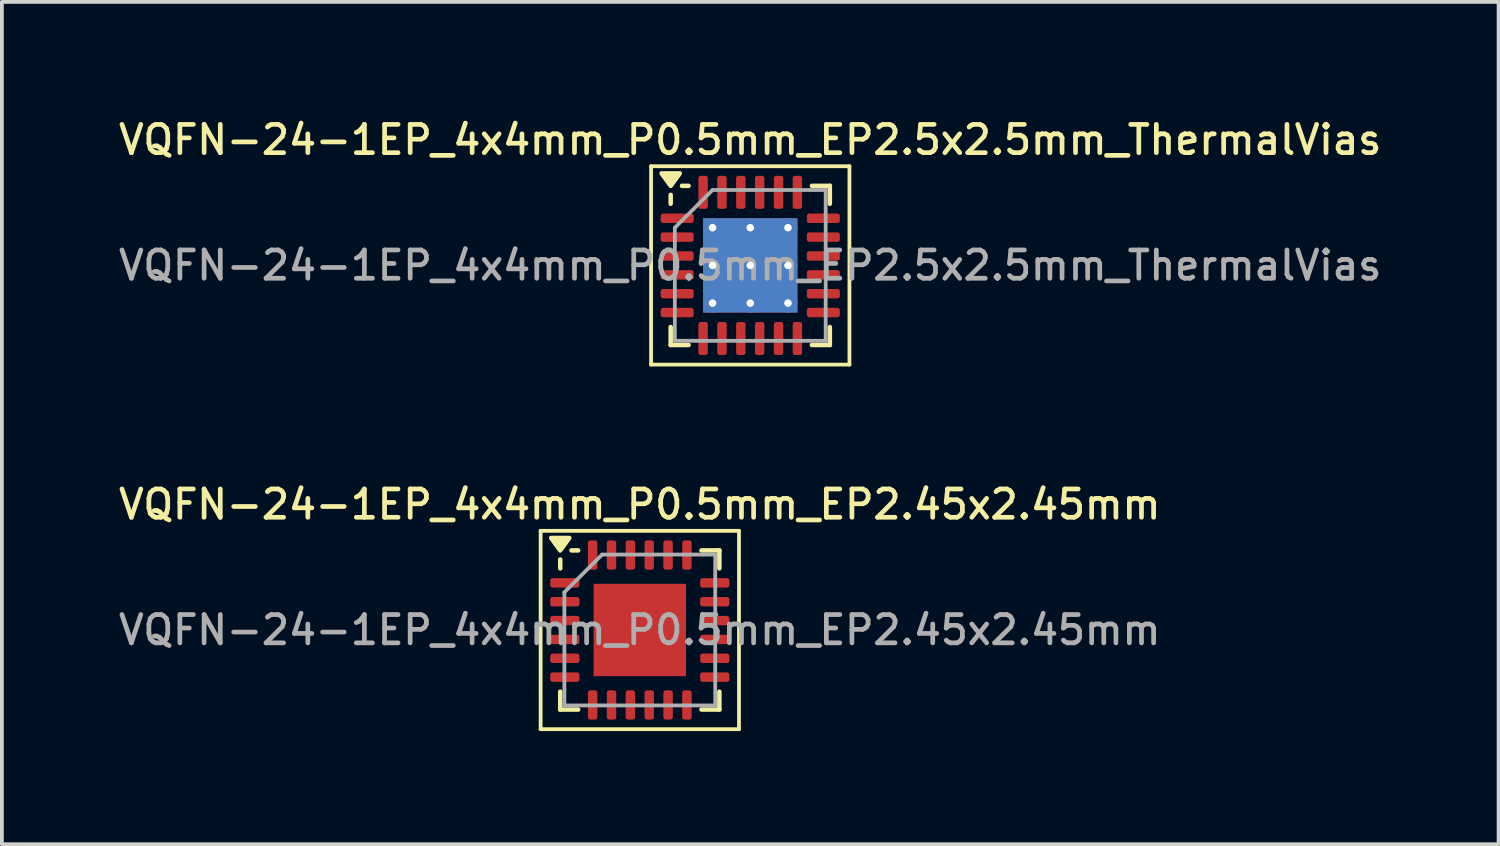
<source format=kicad_pcb>
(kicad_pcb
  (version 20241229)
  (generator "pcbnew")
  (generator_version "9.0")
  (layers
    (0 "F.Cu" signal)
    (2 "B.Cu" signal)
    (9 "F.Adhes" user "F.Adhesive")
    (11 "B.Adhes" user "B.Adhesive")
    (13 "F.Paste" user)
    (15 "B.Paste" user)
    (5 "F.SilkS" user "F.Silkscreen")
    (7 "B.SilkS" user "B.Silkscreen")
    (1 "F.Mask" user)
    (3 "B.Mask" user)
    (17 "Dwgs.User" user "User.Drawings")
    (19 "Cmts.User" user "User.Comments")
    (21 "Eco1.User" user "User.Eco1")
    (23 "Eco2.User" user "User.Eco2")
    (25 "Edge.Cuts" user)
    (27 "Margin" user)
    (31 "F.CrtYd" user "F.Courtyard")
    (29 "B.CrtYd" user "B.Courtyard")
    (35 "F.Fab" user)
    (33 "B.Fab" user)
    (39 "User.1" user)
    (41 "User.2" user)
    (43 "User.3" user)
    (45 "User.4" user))
  (footprint "VQFN-24-1EP_4x4mm_P0.5mm_EP2.5x2.5mm_ThermalVias"
    (layer "F.Cu")
    (at 16.845 3.988)
    (property "Reference" "VQFN-24-1EP_4x4mm_P0.5mm_EP2.5x2.5mm_ThermalVias" (at 0 -3.33 0) (layer "F.SilkS") (effects (font (size 0.75 0.75) (thickness 0.125))))
    (attr smd)
    (fp_line (start -2.63 -2.63) (end -2.63 2.63) (stroke (width 0.1) (type solid)) (layer "F.SilkS"))
    (fp_line (start -2.63 2.63) (end 2.63 2.63) (stroke (width 0.1) (type solid)) (layer "F.SilkS"))
    (fp_line (start -2.11 -1.635) (end -2.11 -1.87) (stroke (width 0.12) (type solid)) (layer "F.SilkS"))
    (fp_line (start -2.11 2.11) (end -2.11 1.635) (stroke (width 0.12) (type solid)) (layer "F.SilkS"))
    (fp_line (start -1.635 -2.11) (end -1.81 -2.11) (stroke (width 0.12) (type solid)) (layer "F.SilkS"))
    (fp_line (start -1.635 2.11) (end -2.11 2.11) (stroke (width 0.12) (type solid)) (layer "F.SilkS"))
    (fp_line (start 1.635 -2.11) (end 2.11 -2.11) (stroke (width 0.12) (type solid)) (layer "F.SilkS"))
    (fp_line (start 1.635 2.11) (end 2.11 2.11) (stroke (width 0.12) (type solid)) (layer "F.SilkS"))
    (fp_line (start 2.11 -2.11) (end 2.11 -1.635) (stroke (width 0.12) (type solid)) (layer "F.SilkS"))
    (fp_line (start 2.11 2.11) (end 2.11 1.635) (stroke (width 0.12) (type solid)) (layer "F.SilkS"))
    (fp_line (start 2.63 -2.63) (end -2.63 -2.63) (stroke (width 0.1) (type solid)) (layer "F.SilkS"))
    (fp_line (start 2.63 2.63) (end 2.63 -2.63) (stroke (width 0.1) (type solid)) (layer "F.SilkS"))
    (fp_poly (pts (xy -2.11 -2.11) (xy -2.35 -2.44) (xy -1.87 -2.44) (xy -2.11 -2.11)) (stroke (width 0.12) (type solid)) (fill yes) (layer "F.SilkS"))
    (fp_line (start -2 -1) (end -1 -2) (stroke (width 0.1) (type solid)) (layer "F.Fab"))
    (fp_line (start -2 2) (end -2 -1) (stroke (width 0.1) (type solid)) (layer "F.Fab"))
    (fp_line (start -1 -2) (end 2 -2) (stroke (width 0.1) (type solid)) (layer "F.Fab"))
    (fp_line (start 2 -2) (end 2 2) (stroke (width 0.1) (type solid)) (layer "F.Fab"))
    (fp_line (start 2 2) (end -2 2) (stroke (width 0.1) (type solid)) (layer "F.Fab"))
    (fp_text user "${REFERENCE}" (at 0 0 0) (layer "F.Fab") (effects (font (size 0.75 0.75) (thickness 0.125))))
    (pad "" smd custom (at -0.5 -0.5) (size 0.779 0.779) (layers "F.Paste") (options (anchor circle)) (primitives (gr_poly (pts (xy -0.315 -0.192) (xy -0.192 -0.315) (xy 0.192 -0.315) (xy 0.315 -0.192) (xy 0.315 0.192) (xy 0.192 0.315) (xy -0.192 0.315) (xy -0.315 0.192)) (width 0.297) (fill yes))))
    (pad "" smd custom (at -0.5 0.5) (size 0.779 0.779) (layers "F.Paste") (options (anchor circle)) (primitives (gr_poly (pts (xy -0.315 -0.192) (xy -0.192 -0.315) (xy 0.192 -0.315) (xy 0.315 -0.192) (xy 0.315 0.192) (xy 0.192 0.315) (xy -0.192 0.315) (xy -0.315 0.192)) (width 0.297) (fill yes))))
    (pad "" smd custom (at 0.5 -0.5) (size 0.779 0.779) (layers "F.Paste") (options (anchor circle)) (primitives (gr_poly (pts (xy -0.315 -0.192) (xy -0.192 -0.315) (xy 0.192 -0.315) (xy 0.315 -0.192) (xy 0.315 0.192) (xy 0.192 0.315) (xy -0.192 0.315) (xy -0.315 0.192)) (width 0.297) (fill yes))))
    (pad "" smd custom (at 0.5 0.5) (size 0.779 0.779) (layers "F.Paste") (options (anchor circle)) (primitives (gr_poly (pts (xy -0.315 -0.192) (xy -0.192 -0.315) (xy 0.192 -0.315) (xy 0.315 -0.192) (xy 0.315 0.192) (xy 0.192 0.315) (xy -0.192 0.315) (xy -0.315 0.192)) (width 0.297) (fill yes))))
    (pad "1" smd roundrect (at -1.938 -1.25) (size 0.875 0.25) (layers "F.Cu" "F.Mask" "F.Paste") (roundrect_rratio 0.25))
    (pad "2" smd roundrect (at -1.938 -0.75) (size 0.875 0.25) (layers "F.Cu" "F.Mask" "F.Paste") (roundrect_rratio 0.25))
    (pad "3" smd roundrect (at -1.938 -0.25) (size 0.875 0.25) (layers "F.Cu" "F.Mask" "F.Paste") (roundrect_rratio 0.25))
    (pad "4" smd roundrect (at -1.938 0.25) (size 0.875 0.25) (layers "F.Cu" "F.Mask" "F.Paste") (roundrect_rratio 0.25))
    (pad "5" smd roundrect (at -1.938 0.75) (size 0.875 0.25) (layers "F.Cu" "F.Mask" "F.Paste") (roundrect_rratio 0.25))
    (pad "6" smd roundrect (at -1.938 1.25) (size 0.875 0.25) (layers "F.Cu" "F.Mask" "F.Paste") (roundrect_rratio 0.25))
    (pad "7" smd roundrect (at -1.25 1.938) (size 0.25 0.875) (layers "F.Cu" "F.Mask" "F.Paste") (roundrect_rratio 0.25))
    (pad "8" smd roundrect (at -0.75 1.938) (size 0.25 0.875) (layers "F.Cu" "F.Mask" "F.Paste") (roundrect_rratio 0.25))
    (pad "9" smd roundrect (at -0.25 1.938) (size 0.25 0.875) (layers "F.Cu" "F.Mask" "F.Paste") (roundrect_rratio 0.25))
    (pad "10" smd roundrect (at 0.25 1.938) (size 0.25 0.875) (layers "F.Cu" "F.Mask" "F.Paste") (roundrect_rratio 0.25))
    (pad "11" smd roundrect (at 0.75 1.938) (size 0.25 0.875) (layers "F.Cu" "F.Mask" "F.Paste") (roundrect_rratio 0.25))
    (pad "12" smd roundrect (at 1.25 1.938) (size 0.25 0.875) (layers "F.Cu" "F.Mask" "F.Paste") (roundrect_rratio 0.25))
    (pad "13" smd roundrect (at 1.938 1.25) (size 0.875 0.25) (layers "F.Cu" "F.Mask" "F.Paste") (roundrect_rratio 0.25))
    (pad "14" smd roundrect (at 1.938 0.75) (size 0.875 0.25) (layers "F.Cu" "F.Mask" "F.Paste") (roundrect_rratio 0.25))
    (pad "15" smd roundrect (at 1.938 0.25) (size 0.875 0.25) (layers "F.Cu" "F.Mask" "F.Paste") (roundrect_rratio 0.25))
    (pad "16" smd roundrect (at 1.938 -0.25) (size 0.875 0.25) (layers "F.Cu" "F.Mask" "F.Paste") (roundrect_rratio 0.25))
    (pad "17" smd roundrect (at 1.938 -0.75) (size 0.875 0.25) (layers "F.Cu" "F.Mask" "F.Paste") (roundrect_rratio 0.25))
    (pad "18" smd roundrect (at 1.938 -1.25) (size 0.875 0.25) (layers "F.Cu" "F.Mask" "F.Paste") (roundrect_rratio 0.25))
    (pad "19" smd roundrect (at 1.25 -1.938) (size 0.25 0.875) (layers "F.Cu" "F.Mask" "F.Paste") (roundrect_rratio 0.25))
    (pad "20" smd roundrect (at 0.75 -1.938) (size 0.25 0.875) (layers "F.Cu" "F.Mask" "F.Paste") (roundrect_rratio 0.25))
    (pad "21" smd roundrect (at 0.25 -1.938) (size 0.25 0.875) (layers "F.Cu" "F.Mask" "F.Paste") (roundrect_rratio 0.25))
    (pad "22" smd roundrect (at -0.25 -1.938) (size 0.25 0.875) (layers "F.Cu" "F.Mask" "F.Paste") (roundrect_rratio 0.25))
    (pad "23" smd roundrect (at -0.75 -1.938) (size 0.25 0.875) (layers "F.Cu" "F.Mask" "F.Paste") (roundrect_rratio 0.25))
    (pad "24" smd roundrect (at -1.25 -1.938) (size 0.25 0.875) (layers "F.Cu" "F.Mask" "F.Paste") (roundrect_rratio 0.25))
    (pad "25" thru_hole circle (at -1 -1) (size 0.5 0.5) (drill 0.2) (property pad_prop_heatsink) (layers "*.Cu"))
    (pad "25" thru_hole circle (at -1 0) (size 0.5 0.5) (drill 0.2) (property pad_prop_heatsink) (layers "*.Cu"))
    (pad "25" thru_hole circle (at -1 1) (size 0.5 0.5) (drill 0.2) (property pad_prop_heatsink) (layers "*.Cu"))
    (pad "25" thru_hole circle (at 0 -1) (size 0.5 0.5) (drill 0.2) (property pad_prop_heatsink) (layers "*.Cu"))
    (pad "25" thru_hole circle (at 0 0) (size 0.5 0.5) (drill 0.2) (property pad_prop_heatsink) (layers "*.Cu"))
    (pad "25" smd rect (at 0 0) (size 2.5 2.5) (property pad_prop_heatsink) (layers "F.Cu" "F.Mask"))
    (pad "25" smd rect (at 0 0) (size 2.5 2.5) (property pad_prop_heatsink) (layers "B.Cu"))
    (pad "25" thru_hole circle (at 0 1) (size 0.5 0.5) (drill 0.2) (property pad_prop_heatsink) (layers "*.Cu"))
    (pad "25" thru_hole circle (at 1 -1) (size 0.5 0.5) (drill 0.2) (property pad_prop_heatsink) (layers "*.Cu"))
    (pad "25" thru_hole circle (at 1 0) (size 0.5 0.5) (drill 0.2) (property pad_prop_heatsink) (layers "*.Cu"))
    (pad "25" thru_hole circle (at 1 1) (size 0.5 0.5) (drill 0.2) (property pad_prop_heatsink) (layers "*.Cu")))
  (footprint "VQFN-24-1EP_4x4mm_P0.5mm_EP2.45x2.45mm"
    (layer "F.Cu")
    (at 13.916 13.656)
    (property "Reference" "VQFN-24-1EP_4x4mm_P0.5mm_EP2.45x2.45mm" (at 0 -3.33 0) (layer "F.SilkS") (effects (font (size 0.75 0.75) (thickness 0.125))))
    (attr smd)
    (fp_line (start -2.63 -2.63) (end -2.63 2.63) (stroke (width 0.1) (type solid)) (layer "F.SilkS"))
    (fp_line (start -2.63 2.63) (end 2.63 2.63) (stroke (width 0.1) (type solid)) (layer "F.SilkS"))
    (fp_line (start -2.11 -1.635) (end -2.11 -1.87) (stroke (width 0.12) (type solid)) (layer "F.SilkS"))
    (fp_line (start -2.11 2.11) (end -2.11 1.635) (stroke (width 0.12) (type solid)) (layer "F.SilkS"))
    (fp_line (start -1.635 -2.11) (end -1.81 -2.11) (stroke (width 0.12) (type solid)) (layer "F.SilkS"))
    (fp_line (start -1.635 2.11) (end -2.11 2.11) (stroke (width 0.12) (type solid)) (layer "F.SilkS"))
    (fp_line (start 1.635 -2.11) (end 2.11 -2.11) (stroke (width 0.12) (type solid)) (layer "F.SilkS"))
    (fp_line (start 1.635 2.11) (end 2.11 2.11) (stroke (width 0.12) (type solid)) (layer "F.SilkS"))
    (fp_line (start 2.11 -2.11) (end 2.11 -1.635) (stroke (width 0.12) (type solid)) (layer "F.SilkS"))
    (fp_line (start 2.11 2.11) (end 2.11 1.635) (stroke (width 0.12) (type solid)) (layer "F.SilkS"))
    (fp_line (start 2.63 -2.63) (end -2.63 -2.63) (stroke (width 0.1) (type solid)) (layer "F.SilkS"))
    (fp_line (start 2.63 2.63) (end 2.63 -2.63) (stroke (width 0.1) (type solid)) (layer "F.SilkS"))
    (fp_poly (pts (xy -2.11 -2.11) (xy -2.35 -2.44) (xy -1.87 -2.44) (xy -2.11 -2.11)) (stroke (width 0.12) (type solid)) (fill yes) (layer "F.SilkS"))
    (fp_line (start -2 -1) (end -1 -2) (stroke (width 0.1) (type solid)) (layer "F.Fab"))
    (fp_line (start -2 2) (end -2 -1) (stroke (width 0.1) (type solid)) (layer "F.Fab"))
    (fp_line (start -1 -2) (end 2 -2) (stroke (width 0.1) (type solid)) (layer "F.Fab"))
    (fp_line (start 2 -2) (end 2 2) (stroke (width 0.1) (type solid)) (layer "F.Fab"))
    (fp_line (start 2 2) (end -2 2) (stroke (width 0.1) (type solid)) (layer "F.Fab"))
    (fp_text user "${REFERENCE}" (at 0 0 0) (layer "F.Fab") (effects (font (size 0.75 0.75) (thickness 0.125))))
    (pad "" smd roundrect (at -0.82 -0.82) (size 0.66 0.66) (layers "F.Paste") (roundrect_rratio 0.25))
    (pad "" smd roundrect (at -0.82 0) (size 0.66 0.66) (layers "F.Paste") (roundrect_rratio 0.25))
    (pad "" smd roundrect (at -0.82 0.82) (size 0.66 0.66) (layers "F.Paste") (roundrect_rratio 0.25))
    (pad "" smd roundrect (at 0 -0.82) (size 0.66 0.66) (layers "F.Paste") (roundrect_rratio 0.25))
    (pad "" smd roundrect (at 0 0) (size 0.66 0.66) (layers "F.Paste") (roundrect_rratio 0.25))
    (pad "" smd roundrect (at 0 0.82) (size 0.66 0.66) (layers "F.Paste") (roundrect_rratio 0.25))
    (pad "" smd roundrect (at 0.82 -0.82) (size 0.66 0.66) (layers "F.Paste") (roundrect_rratio 0.25))
    (pad "" smd roundrect (at 0.82 0) (size 0.66 0.66) (layers "F.Paste") (roundrect_rratio 0.25))
    (pad "" smd roundrect (at 0.82 0.82) (size 0.66 0.66) (layers "F.Paste") (roundrect_rratio 0.25))
    (pad "1" smd roundrect (at -1.988 -1.25) (size 0.775 0.25) (layers "F.Cu" "F.Mask" "F.Paste") (roundrect_rratio 0.25))
    (pad "2" smd roundrect (at -1.988 -0.75) (size 0.775 0.25) (layers "F.Cu" "F.Mask" "F.Paste") (roundrect_rratio 0.25))
    (pad "3" smd roundrect (at -1.988 -0.25) (size 0.775 0.25) (layers "F.Cu" "F.Mask" "F.Paste") (roundrect_rratio 0.25))
    (pad "4" smd roundrect (at -1.988 0.25) (size 0.775 0.25) (layers "F.Cu" "F.Mask" "F.Paste") (roundrect_rratio 0.25))
    (pad "5" smd roundrect (at -1.988 0.75) (size 0.775 0.25) (layers "F.Cu" "F.Mask" "F.Paste") (roundrect_rratio 0.25))
    (pad "6" smd roundrect (at -1.988 1.25) (size 0.775 0.25) (layers "F.Cu" "F.Mask" "F.Paste") (roundrect_rratio 0.25))
    (pad "7" smd roundrect (at -1.25 1.988) (size 0.25 0.775) (layers "F.Cu" "F.Mask" "F.Paste") (roundrect_rratio 0.25))
    (pad "8" smd roundrect (at -0.75 1.988) (size 0.25 0.775) (layers "F.Cu" "F.Mask" "F.Paste") (roundrect_rratio 0.25))
    (pad "9" smd roundrect (at -0.25 1.988) (size 0.25 0.775) (layers "F.Cu" "F.Mask" "F.Paste") (roundrect_rratio 0.25))
    (pad "10" smd roundrect (at 0.25 1.988) (size 0.25 0.775) (layers "F.Cu" "F.Mask" "F.Paste") (roundrect_rratio 0.25))
    (pad "11" smd roundrect (at 0.75 1.988) (size 0.25 0.775) (layers "F.Cu" "F.Mask" "F.Paste") (roundrect_rratio 0.25))
    (pad "12" smd roundrect (at 1.25 1.988) (size 0.25 0.775) (layers "F.Cu" "F.Mask" "F.Paste") (roundrect_rratio 0.25))
    (pad "13" smd roundrect (at 1.988 1.25) (size 0.775 0.25) (layers "F.Cu" "F.Mask" "F.Paste") (roundrect_rratio 0.25))
    (pad "14" smd roundrect (at 1.988 0.75) (size 0.775 0.25) (layers "F.Cu" "F.Mask" "F.Paste") (roundrect_rratio 0.25))
    (pad "15" smd roundrect (at 1.988 0.25) (size 0.775 0.25) (layers "F.Cu" "F.Mask" "F.Paste") (roundrect_rratio 0.25))
    (pad "16" smd roundrect (at 1.988 -0.25) (size 0.775 0.25) (layers "F.Cu" "F.Mask" "F.Paste") (roundrect_rratio 0.25))
    (pad "17" smd roundrect (at 1.988 -0.75) (size 0.775 0.25) (layers "F.Cu" "F.Mask" "F.Paste") (roundrect_rratio 0.25))
    (pad "18" smd roundrect (at 1.988 -1.25) (size 0.775 0.25) (layers "F.Cu" "F.Mask" "F.Paste") (roundrect_rratio 0.25))
    (pad "19" smd roundrect (at 1.25 -1.988) (size 0.25 0.775) (layers "F.Cu" "F.Mask" "F.Paste") (roundrect_rratio 0.25))
    (pad "20" smd roundrect (at 0.75 -1.988) (size 0.25 0.775) (layers "F.Cu" "F.Mask" "F.Paste") (roundrect_rratio 0.25))
    (pad "21" smd roundrect (at 0.25 -1.988) (size 0.25 0.775) (layers "F.Cu" "F.Mask" "F.Paste") (roundrect_rratio 0.25))
    (pad "22" smd roundrect (at -0.25 -1.988) (size 0.25 0.775) (layers "F.Cu" "F.Mask" "F.Paste") (roundrect_rratio 0.25))
    (pad "23" smd roundrect (at -0.75 -1.988) (size 0.25 0.775) (layers "F.Cu" "F.Mask" "F.Paste") (roundrect_rratio 0.25))
    (pad "24" smd roundrect (at -1.25 -1.988) (size 0.25 0.775) (layers "F.Cu" "F.Mask" "F.Paste") (roundrect_rratio 0.25))
    (pad "25" smd rect (at 0 0) (size 2.45 2.45) (property pad_prop_heatsink) (layers "F.Cu" "F.Mask")))
  (gr_rect
    (start -3 -3)
    (end 36.689 19.336)
    (stroke (width 0.1) (type default))
    (fill no)
    (layer "Edge.Cuts")))
</source>
